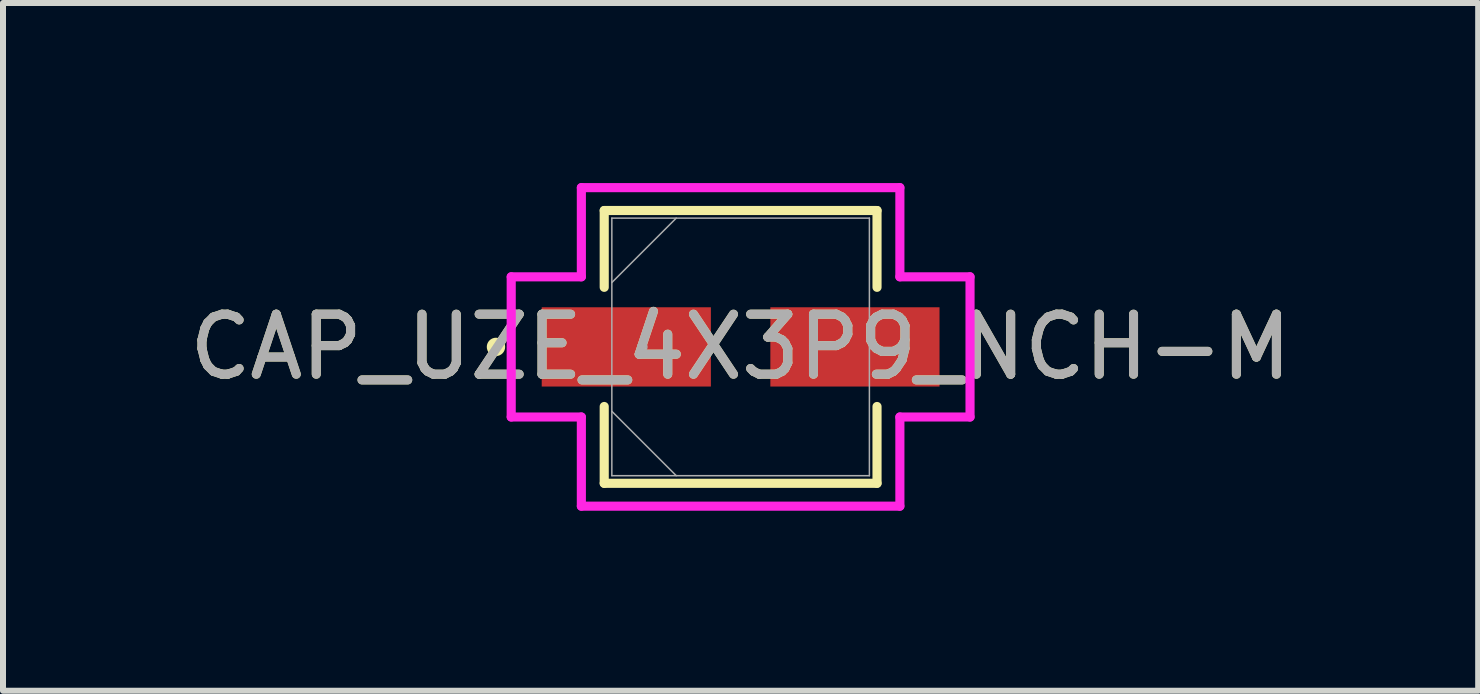
<source format=kicad_pcb>
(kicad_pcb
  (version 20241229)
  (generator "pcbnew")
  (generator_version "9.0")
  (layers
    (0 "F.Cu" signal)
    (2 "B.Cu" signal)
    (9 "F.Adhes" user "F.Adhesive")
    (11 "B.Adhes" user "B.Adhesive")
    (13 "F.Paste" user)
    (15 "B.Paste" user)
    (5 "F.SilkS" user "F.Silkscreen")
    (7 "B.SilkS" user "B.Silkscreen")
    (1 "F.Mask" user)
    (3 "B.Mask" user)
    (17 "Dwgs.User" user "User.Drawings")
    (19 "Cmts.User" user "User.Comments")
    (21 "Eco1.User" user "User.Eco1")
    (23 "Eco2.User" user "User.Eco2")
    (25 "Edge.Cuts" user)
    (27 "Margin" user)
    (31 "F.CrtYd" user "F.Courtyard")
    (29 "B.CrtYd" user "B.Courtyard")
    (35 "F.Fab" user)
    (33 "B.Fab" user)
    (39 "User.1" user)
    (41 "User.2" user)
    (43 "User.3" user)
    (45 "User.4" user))
  (footprint "CAP_UZE_4X3P9_NCH-M"
    (layer "F.Cu")
    (at 9.292 2.731)
    (property "Reference" "CAP_UZE_4X3P9_NCH-M" (at 0 0 0) (unlocked yes) (layer "F.SilkS") (effects (font (size 1 1) (thickness 0.15))))
    (attr smd)
    (fp_line (start -2.273 -2.273) (end -2.273 -0.993) (stroke (width 0.152) (type solid)) (layer "F.SilkS"))
    (fp_line (start -2.273 0.993) (end -2.273 2.273) (stroke (width 0.152) (type solid)) (layer "F.SilkS"))
    (fp_line (start -2.273 2.273) (end 2.273 2.273) (stroke (width 0.152) (type solid)) (layer "F.SilkS"))
    (fp_line (start 2.273 -2.273) (end -2.273 -2.273) (stroke (width 0.152) (type solid)) (layer "F.SilkS"))
    (fp_line (start 2.273 -0.993) (end 2.273 -2.273) (stroke (width 0.152) (type solid)) (layer "F.SilkS"))
    (fp_line (start 2.273 2.273) (end 2.273 0.993) (stroke (width 0.152) (type solid)) (layer "F.SilkS"))
    (fp_circle (center -4.077 0) (end -4 0) (stroke (width 0.152) (type solid)) (fill no) (layer "F.SilkS"))
    (fp_line (start -3.823 -1.168) (end -2.654 -1.168) (stroke (width 0.152) (type solid)) (layer "F.CrtYd"))
    (fp_line (start -3.823 1.168) (end -3.823 -1.168) (stroke (width 0.152) (type solid)) (layer "F.CrtYd"))
    (fp_line (start -2.654 -2.654) (end 2.654 -2.654) (stroke (width 0.152) (type solid)) (layer "F.CrtYd"))
    (fp_line (start -2.654 -1.168) (end -2.654 -2.654) (stroke (width 0.152) (type solid)) (layer "F.CrtYd"))
    (fp_line (start -2.654 1.168) (end -3.823 1.168) (stroke (width 0.152) (type solid)) (layer "F.CrtYd"))
    (fp_line (start -2.654 2.654) (end -2.654 1.168) (stroke (width 0.152) (type solid)) (layer "F.CrtYd"))
    (fp_line (start 2.654 -2.654) (end 2.654 -1.168) (stroke (width 0.152) (type solid)) (layer "F.CrtYd"))
    (fp_line (start 2.654 -1.168) (end 3.823 -1.168) (stroke (width 0.152) (type solid)) (layer "F.CrtYd"))
    (fp_line (start 2.654 1.168) (end 2.654 2.654) (stroke (width 0.152) (type solid)) (layer "F.CrtYd"))
    (fp_line (start 2.654 2.654) (end -2.654 2.654) (stroke (width 0.152) (type solid)) (layer "F.CrtYd"))
    (fp_line (start 3.823 -1.168) (end 3.823 1.168) (stroke (width 0.152) (type solid)) (layer "F.CrtYd"))
    (fp_line (start 3.823 1.168) (end 2.654 1.168) (stroke (width 0.152) (type solid)) (layer "F.CrtYd"))
    (fp_line (start -2.146 -2.146) (end -2.146 2.146) (stroke (width 0.025) (type solid)) (layer "F.Fab"))
    (fp_line (start -2.146 -1.073) (end -1.073 -2.146) (stroke (width 0.025) (type solid)) (layer "F.Fab"))
    (fp_line (start -2.146 1.073) (end -1.073 2.146) (stroke (width 0.025) (type solid)) (layer "F.Fab"))
    (fp_line (start -2.146 2.146) (end 2.146 2.146) (stroke (width 0.025) (type solid)) (layer "F.Fab"))
    (fp_line (start 2.146 -2.146) (end -2.146 -2.146) (stroke (width 0.025) (type solid)) (layer "F.Fab"))
    (fp_line (start 2.146 2.146) (end 2.146 -2.146) (stroke (width 0.025) (type solid)) (layer "F.Fab"))
    (fp_circle (center -1.638 0) (end -1.562 0) (stroke (width 0.025) (type solid)) (fill no) (layer "F.Fab"))
    (fp_text user "${REFERENCE}" (at 0 0 0) (unlocked yes) (layer "F.Fab") (effects (font (size 1 1) (thickness 0.15))))
    (pad "1" smd rect (at -1.905 0) (size 2.819 1.321) (layers "F.Cu" "F.Mask" "F.Paste"))
    (pad "2" smd rect (at 1.905 0) (size 2.819 1.321) (layers "F.Cu" "F.Mask" "F.Paste"))
    (zone (net_name "") (layer "F.Cu") (hatch full 0.508) (connect_pads) (min_thickness 0.254) (filled_areas_thickness no) (keepout (tracks not_allowed) (vias not_allowed) (pads allowed) (copperpour not_allowed) (footprints allowed)) (placement (enabled no)) (fill) (polygon (pts (xy 7.196 0.635) (xy 11.387 0.635) (xy 11.387 2.019) (xy 7.196 2.019))))
    (zone (net_name "") (layer "F.Cu") (hatch full 0.508) (connect_pads) (min_thickness 0.254) (filled_areas_thickness no) (keepout (tracks not_allowed) (vias not_allowed) (pads allowed) (copperpour not_allowed) (footprints allowed)) (placement (enabled no)) (fill) (polygon (pts (xy 7.196 3.442) (xy 11.387 3.442) (xy 11.387 4.826) (xy 7.196 4.826))))
    (zone (net_name "") (layer "F.Cu") (hatch full 0.508) (connect_pads) (min_thickness 0.254) (filled_areas_thickness no) (keepout (tracks not_allowed) (vias not_allowed) (pads allowed) (copperpour not_allowed) (footprints allowed)) (placement (enabled no)) (fill) (polygon (pts (xy 8.847 2.019) (xy 9.736 2.019) (xy 9.736 3.442) (xy 8.847 3.442)))))
  (gr_rect
    (start -3 -3)
    (end 21.583 8.461)
    (stroke (width 0.1) (type default))
    (fill no)
    (layer "Edge.Cuts")))
</source>
